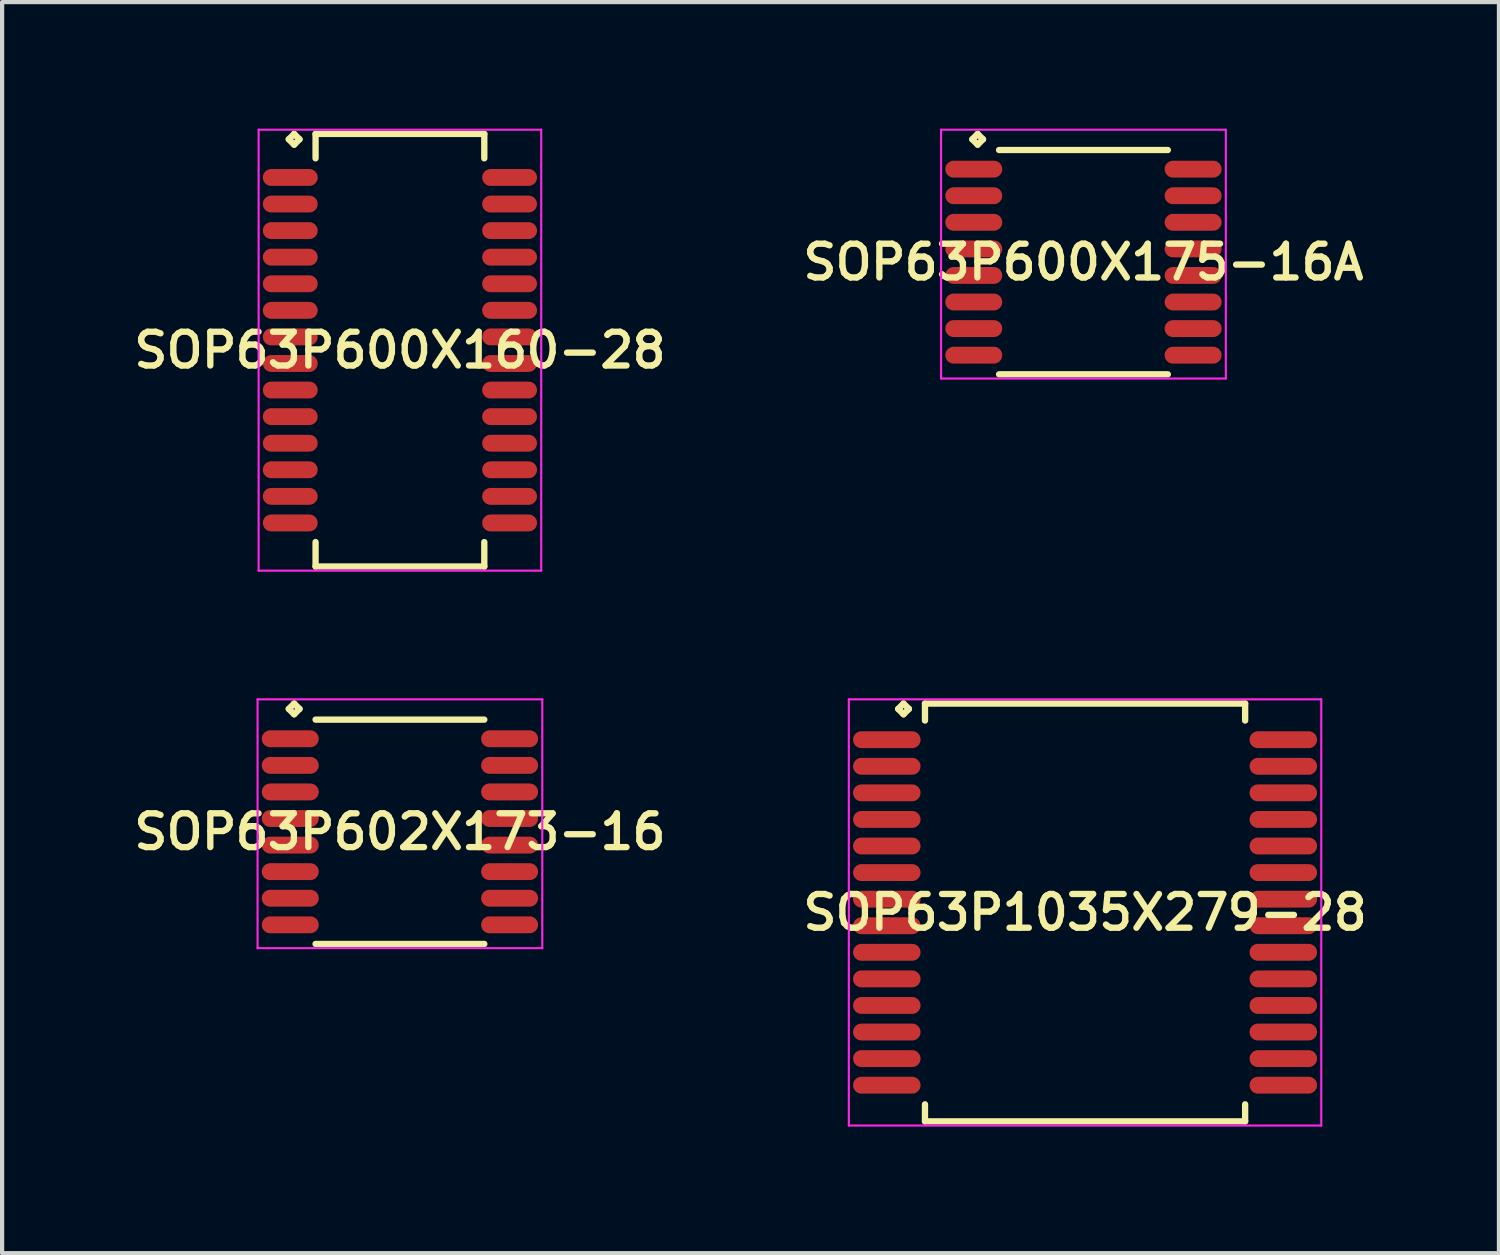
<source format=kicad_pcb>
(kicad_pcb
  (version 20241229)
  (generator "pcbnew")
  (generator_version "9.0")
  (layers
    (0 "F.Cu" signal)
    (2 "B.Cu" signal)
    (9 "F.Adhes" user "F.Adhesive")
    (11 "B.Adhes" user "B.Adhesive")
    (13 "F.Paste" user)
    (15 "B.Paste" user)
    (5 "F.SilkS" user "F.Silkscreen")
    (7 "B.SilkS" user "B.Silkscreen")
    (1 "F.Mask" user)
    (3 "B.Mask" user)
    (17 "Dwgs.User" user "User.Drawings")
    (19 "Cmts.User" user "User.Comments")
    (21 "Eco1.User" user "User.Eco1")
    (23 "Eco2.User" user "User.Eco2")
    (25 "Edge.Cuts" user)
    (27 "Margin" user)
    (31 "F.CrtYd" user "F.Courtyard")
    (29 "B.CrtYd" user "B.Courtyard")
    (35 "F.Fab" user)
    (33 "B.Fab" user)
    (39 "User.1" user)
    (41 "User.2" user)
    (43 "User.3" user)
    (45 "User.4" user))
  (footprint "SOP63P600X175-16A"
    (layer "F.Cu")
    (at 22.635 3.165)
    (property "Reference" "SOP63P600X175-16A" (at 0 0 0) (layer "F.SilkS") (effects (font (size 0.8 0.8) (thickness 0.15))))
    (attr smd)
    (fp_line (start -2.635 -2.913) (end -2.508 -3.04) (stroke (width 0.15) (type solid)) (layer "F.SilkS"))
    (fp_line (start -2.508 -3.04) (end -2.381 -2.913) (stroke (width 0.15) (type solid)) (layer "F.SilkS"))
    (fp_line (start -2.508 -2.786) (end -2.635 -2.913) (stroke (width 0.15) (type solid)) (layer "F.SilkS"))
    (fp_line (start -2.381 -2.913) (end -2.508 -2.786) (stroke (width 0.15) (type solid)) (layer "F.SilkS"))
    (fp_line (start -2 -2.659) (end 2 -2.659) (stroke (width 0.15) (type solid)) (layer "F.SilkS"))
    (fp_line (start -2 2.659) (end 2 2.659) (stroke (width 0.15) (type solid)) (layer "F.SilkS"))
    (fp_line (start -3.375 -3.14) (end 3.375 -3.14) (stroke (width 0.05) (type solid)) (layer "F.CrtYd"))
    (fp_line (start -3.375 2.759) (end -3.375 -3.14) (stroke (width 0.05) (type solid)) (layer "F.CrtYd"))
    (fp_line (start 3.375 -3.14) (end 3.375 2.759) (stroke (width 0.05) (type solid)) (layer "F.CrtYd"))
    (fp_line (start 3.375 2.759) (end -3.375 2.759) (stroke (width 0.05) (type solid)) (layer "F.CrtYd"))
    (pad "1" smd oval (at -2.6 -2.205) (size 1.35 0.4) (layers "F.Cu" "F.Mask" "F.Paste"))
    (pad "2" smd oval (at -2.6 -1.575) (size 1.35 0.4) (layers "F.Cu" "F.Mask" "F.Paste"))
    (pad "3" smd oval (at -2.6 -0.945) (size 1.35 0.4) (layers "F.Cu" "F.Mask" "F.Paste"))
    (pad "4" smd oval (at -2.6 -0.315) (size 1.35 0.4) (layers "F.Cu" "F.Mask" "F.Paste"))
    (pad "5" smd oval (at -2.6 0.315) (size 1.35 0.4) (layers "F.Cu" "F.Mask" "F.Paste"))
    (pad "6" smd oval (at -2.6 0.945) (size 1.35 0.4) (layers "F.Cu" "F.Mask" "F.Paste"))
    (pad "7" smd oval (at -2.6 1.575) (size 1.35 0.4) (layers "F.Cu" "F.Mask" "F.Paste"))
    (pad "8" smd oval (at -2.6 2.205) (size 1.35 0.4) (layers "F.Cu" "F.Mask" "F.Paste"))
    (pad "9" smd oval (at 2.6 2.205) (size 1.35 0.4) (layers "F.Cu" "F.Mask" "F.Paste"))
    (pad "10" smd oval (at 2.6 1.575) (size 1.35 0.4) (layers "F.Cu" "F.Mask" "F.Paste"))
    (pad "11" smd oval (at 2.6 0.945) (size 1.35 0.4) (layers "F.Cu" "F.Mask" "F.Paste"))
    (pad "12" smd oval (at 2.6 0.315) (size 1.35 0.4) (layers "F.Cu" "F.Mask" "F.Paste"))
    (pad "13" smd oval (at 2.6 -0.315) (size 1.35 0.4) (layers "F.Cu" "F.Mask" "F.Paste"))
    (pad "14" smd oval (at 2.6 -0.945) (size 1.35 0.4) (layers "F.Cu" "F.Mask" "F.Paste"))
    (pad "15" smd oval (at 2.6 -1.575) (size 1.35 0.4) (layers "F.Cu" "F.Mask" "F.Paste"))
    (pad "16" smd oval (at 2.6 -2.205) (size 1.35 0.4) (layers "F.Cu" "F.Mask" "F.Paste")))
  (footprint "SOP63P1035X279-28"
    (layer "F.Cu")
    (at 22.673 18.581)
    (property "Reference" "SOP63P1035X279-28" (at 0 0 0) (layer "F.SilkS") (effects (font (size 0.8 0.8) (thickness 0.15))))
    (attr smd)
    (fp_line (start -4.43 -4.825) (end -4.303 -4.952) (stroke (width 0.15) (type solid)) (layer "F.SilkS"))
    (fp_line (start -4.303 -4.952) (end -4.176 -4.825) (stroke (width 0.15) (type solid)) (layer "F.SilkS"))
    (fp_line (start -4.303 -4.698) (end -4.43 -4.825) (stroke (width 0.15) (type solid)) (layer "F.SilkS"))
    (fp_line (start -4.176 -4.825) (end -4.303 -4.698) (stroke (width 0.15) (type solid)) (layer "F.SilkS"))
    (fp_line (start -3.795 -4.952) (end 3.795 -4.952) (stroke (width 0.15) (type solid)) (layer "F.SilkS"))
    (fp_line (start -3.795 -4.549) (end -3.795 -4.952) (stroke (width 0.15) (type solid)) (layer "F.SilkS"))
    (fp_line (start -3.795 4.549) (end -3.795 4.952) (stroke (width 0.15) (type solid)) (layer "F.SilkS"))
    (fp_line (start -3.795 4.952) (end 3.795 4.952) (stroke (width 0.15) (type solid)) (layer "F.SilkS"))
    (fp_line (start 3.795 -4.952) (end 3.795 -4.549) (stroke (width 0.15) (type solid)) (layer "F.SilkS"))
    (fp_line (start 3.795 4.952) (end 3.795 4.549) (stroke (width 0.15) (type solid)) (layer "F.SilkS"))
    (fp_line (start -5.6 -5.052) (end 5.6 -5.052) (stroke (width 0.05) (type solid)) (layer "F.CrtYd"))
    (fp_line (start -5.6 5.052) (end -5.6 -5.052) (stroke (width 0.05) (type solid)) (layer "F.CrtYd"))
    (fp_line (start 5.6 -5.052) (end 5.6 5.052) (stroke (width 0.05) (type solid)) (layer "F.CrtYd"))
    (fp_line (start 5.6 5.052) (end -5.6 5.052) (stroke (width 0.05) (type solid)) (layer "F.CrtYd"))
    (pad "1" smd oval (at -4.7 -4.095) (size 1.6 0.4) (layers "F.Cu" "F.Mask" "F.Paste"))
    (pad "2" smd oval (at -4.7 -3.465) (size 1.6 0.4) (layers "F.Cu" "F.Mask" "F.Paste"))
    (pad "3" smd oval (at -4.7 -2.835) (size 1.6 0.4) (layers "F.Cu" "F.Mask" "F.Paste"))
    (pad "4" smd oval (at -4.7 -2.205) (size 1.6 0.4) (layers "F.Cu" "F.Mask" "F.Paste"))
    (pad "5" smd oval (at -4.7 -1.575) (size 1.6 0.4) (layers "F.Cu" "F.Mask" "F.Paste"))
    (pad "6" smd oval (at -4.7 -0.945) (size 1.6 0.4) (layers "F.Cu" "F.Mask" "F.Paste"))
    (pad "7" smd oval (at -4.7 -0.315) (size 1.6 0.4) (layers "F.Cu" "F.Mask" "F.Paste"))
    (pad "8" smd oval (at -4.7 0.315) (size 1.6 0.4) (layers "F.Cu" "F.Mask" "F.Paste"))
    (pad "9" smd oval (at -4.7 0.945) (size 1.6 0.4) (layers "F.Cu" "F.Mask" "F.Paste"))
    (pad "10" smd oval (at -4.7 1.575) (size 1.6 0.4) (layers "F.Cu" "F.Mask" "F.Paste"))
    (pad "11" smd oval (at -4.7 2.205) (size 1.6 0.4) (layers "F.Cu" "F.Mask" "F.Paste"))
    (pad "12" smd oval (at -4.7 2.835) (size 1.6 0.4) (layers "F.Cu" "F.Mask" "F.Paste"))
    (pad "13" smd oval (at -4.7 3.465) (size 1.6 0.4) (layers "F.Cu" "F.Mask" "F.Paste"))
    (pad "14" smd oval (at -4.7 4.095) (size 1.6 0.4) (layers "F.Cu" "F.Mask" "F.Paste"))
    (pad "15" smd oval (at 4.7 4.095) (size 1.6 0.4) (layers "F.Cu" "F.Mask" "F.Paste"))
    (pad "16" smd oval (at 4.7 3.465) (size 1.6 0.4) (layers "F.Cu" "F.Mask" "F.Paste"))
    (pad "17" smd oval (at 4.7 2.835) (size 1.6 0.4) (layers "F.Cu" "F.Mask" "F.Paste"))
    (pad "18" smd oval (at 4.7 2.205) (size 1.6 0.4) (layers "F.Cu" "F.Mask" "F.Paste"))
    (pad "19" smd oval (at 4.7 1.575) (size 1.6 0.4) (layers "F.Cu" "F.Mask" "F.Paste"))
    (pad "20" smd oval (at 4.7 0.945) (size 1.6 0.4) (layers "F.Cu" "F.Mask" "F.Paste"))
    (pad "21" smd oval (at 4.7 0.315) (size 1.6 0.4) (layers "F.Cu" "F.Mask" "F.Paste"))
    (pad "22" smd oval (at 4.7 -0.315) (size 1.6 0.4) (layers "F.Cu" "F.Mask" "F.Paste"))
    (pad "23" smd oval (at 4.7 -0.945) (size 1.6 0.4) (layers "F.Cu" "F.Mask" "F.Paste"))
    (pad "24" smd oval (at 4.7 -1.575) (size 1.6 0.4) (layers "F.Cu" "F.Mask" "F.Paste"))
    (pad "25" smd oval (at 4.7 -2.205) (size 1.6 0.4) (layers "F.Cu" "F.Mask" "F.Paste"))
    (pad "26" smd oval (at 4.7 -2.835) (size 1.6 0.4) (layers "F.Cu" "F.Mask" "F.Paste"))
    (pad "27" smd oval (at 4.7 -3.465) (size 1.6 0.4) (layers "F.Cu" "F.Mask" "F.Paste"))
    (pad "28" smd oval (at 4.7 -4.095) (size 1.6 0.4) (layers "F.Cu" "F.Mask" "F.Paste")))
  (footprint "SOP63P602X173-16"
    (layer "F.Cu")
    (at 6.431 16.669)
    (property "Reference" "SOP63P602X173-16" (at 0 0 0) (layer "F.SilkS") (effects (font (size 0.8 0.8) (thickness 0.15))))
    (attr smd)
    (fp_line (start -2.635 -2.913) (end -2.508 -3.04) (stroke (width 0.15) (type solid)) (layer "F.SilkS"))
    (fp_line (start -2.508 -3.04) (end -2.381 -2.913) (stroke (width 0.15) (type solid)) (layer "F.SilkS"))
    (fp_line (start -2.508 -2.786) (end -2.635 -2.913) (stroke (width 0.15) (type solid)) (layer "F.SilkS"))
    (fp_line (start -2.381 -2.913) (end -2.508 -2.786) (stroke (width 0.15) (type solid)) (layer "F.SilkS"))
    (fp_line (start -2 -2.659) (end 2 -2.659) (stroke (width 0.15) (type solid)) (layer "F.SilkS"))
    (fp_line (start -2 2.659) (end 2 2.659) (stroke (width 0.15) (type solid)) (layer "F.SilkS"))
    (fp_line (start -3.375 -3.14) (end 3.375 -3.14) (stroke (width 0.05) (type solid)) (layer "F.CrtYd"))
    (fp_line (start -3.375 2.759) (end -3.375 -3.14) (stroke (width 0.05) (type solid)) (layer "F.CrtYd"))
    (fp_line (start 3.375 -3.14) (end 3.375 2.759) (stroke (width 0.05) (type solid)) (layer "F.CrtYd"))
    (fp_line (start 3.375 2.759) (end -3.375 2.759) (stroke (width 0.05) (type solid)) (layer "F.CrtYd"))
    (pad "1" smd oval (at -2.6 -2.205) (size 1.35 0.4) (layers "F.Cu" "F.Mask" "F.Paste"))
    (pad "2" smd oval (at -2.6 -1.575) (size 1.35 0.4) (layers "F.Cu" "F.Mask" "F.Paste"))
    (pad "3" smd oval (at -2.6 -0.945) (size 1.35 0.4) (layers "F.Cu" "F.Mask" "F.Paste"))
    (pad "4" smd oval (at -2.6 -0.315) (size 1.35 0.4) (layers "F.Cu" "F.Mask" "F.Paste"))
    (pad "5" smd oval (at -2.6 0.315) (size 1.35 0.4) (layers "F.Cu" "F.Mask" "F.Paste"))
    (pad "6" smd oval (at -2.6 0.945) (size 1.35 0.4) (layers "F.Cu" "F.Mask" "F.Paste"))
    (pad "7" smd oval (at -2.6 1.575) (size 1.35 0.4) (layers "F.Cu" "F.Mask" "F.Paste"))
    (pad "8" smd oval (at -2.6 2.205) (size 1.35 0.4) (layers "F.Cu" "F.Mask" "F.Paste"))
    (pad "9" smd oval (at 2.6 2.205) (size 1.35 0.4) (layers "F.Cu" "F.Mask" "F.Paste"))
    (pad "10" smd oval (at 2.6 1.575) (size 1.35 0.4) (layers "F.Cu" "F.Mask" "F.Paste"))
    (pad "11" smd oval (at 2.6 0.945) (size 1.35 0.4) (layers "F.Cu" "F.Mask" "F.Paste"))
    (pad "12" smd oval (at 2.6 0.315) (size 1.35 0.4) (layers "F.Cu" "F.Mask" "F.Paste"))
    (pad "13" smd oval (at 2.6 -0.315) (size 1.35 0.4) (layers "F.Cu" "F.Mask" "F.Paste"))
    (pad "14" smd oval (at 2.6 -0.945) (size 1.35 0.4) (layers "F.Cu" "F.Mask" "F.Paste"))
    (pad "15" smd oval (at 2.6 -1.575) (size 1.35 0.4) (layers "F.Cu" "F.Mask" "F.Paste"))
    (pad "16" smd oval (at 2.6 -2.205) (size 1.35 0.4) (layers "F.Cu" "F.Mask" "F.Paste")))
  (footprint "SOP63P600X160-28"
    (layer "F.Cu")
    (at 6.431 5.252)
    (property "Reference" "SOP63P600X160-28" (at 0 0 0) (layer "F.SilkS") (effects (font (size 0.8 0.8) (thickness 0.15))))
    (attr smd)
    (fp_line (start -2.635 -5) (end -2.508 -5.127) (stroke (width 0.15) (type solid)) (layer "F.SilkS"))
    (fp_line (start -2.508 -5.127) (end -2.381 -5) (stroke (width 0.15) (type solid)) (layer "F.SilkS"))
    (fp_line (start -2.508 -4.873) (end -2.635 -5) (stroke (width 0.15) (type solid)) (layer "F.SilkS"))
    (fp_line (start -2.381 -5) (end -2.508 -4.873) (stroke (width 0.15) (type solid)) (layer "F.SilkS"))
    (fp_line (start -2 -5.127) (end 2 -5.127) (stroke (width 0.15) (type solid)) (layer "F.SilkS"))
    (fp_line (start -2 -4.549) (end -2 -5.127) (stroke (width 0.15) (type solid)) (layer "F.SilkS"))
    (fp_line (start -2 4.549) (end -2 5.127) (stroke (width 0.15) (type solid)) (layer "F.SilkS"))
    (fp_line (start -2 5.127) (end 2 5.127) (stroke (width 0.15) (type solid)) (layer "F.SilkS"))
    (fp_line (start 2 -5.127) (end 2 -4.549) (stroke (width 0.15) (type solid)) (layer "F.SilkS"))
    (fp_line (start 2 5.127) (end 2 4.549) (stroke (width 0.15) (type solid)) (layer "F.SilkS"))
    (fp_line (start -3.35 -5.227) (end 3.35 -5.227) (stroke (width 0.05) (type solid)) (layer "F.CrtYd"))
    (fp_line (start -3.35 5.227) (end -3.35 -5.227) (stroke (width 0.05) (type solid)) (layer "F.CrtYd"))
    (fp_line (start 3.35 -5.227) (end 3.35 5.227) (stroke (width 0.05) (type solid)) (layer "F.CrtYd"))
    (fp_line (start 3.35 5.227) (end -3.35 5.227) (stroke (width 0.05) (type solid)) (layer "F.CrtYd"))
    (pad "1" smd oval (at -2.6 -4.095) (size 1.3 0.4) (layers "F.Cu" "F.Mask" "F.Paste"))
    (pad "2" smd oval (at -2.6 -3.465) (size 1.3 0.4) (layers "F.Cu" "F.Mask" "F.Paste"))
    (pad "3" smd oval (at -2.6 -2.835) (size 1.3 0.4) (layers "F.Cu" "F.Mask" "F.Paste"))
    (pad "4" smd oval (at -2.6 -2.205) (size 1.3 0.4) (layers "F.Cu" "F.Mask" "F.Paste"))
    (pad "5" smd oval (at -2.6 -1.575) (size 1.3 0.4) (layers "F.Cu" "F.Mask" "F.Paste"))
    (pad "6" smd oval (at -2.6 -0.945) (size 1.3 0.4) (layers "F.Cu" "F.Mask" "F.Paste"))
    (pad "7" smd oval (at -2.6 -0.315) (size 1.3 0.4) (layers "F.Cu" "F.Mask" "F.Paste"))
    (pad "8" smd oval (at -2.6 0.315) (size 1.3 0.4) (layers "F.Cu" "F.Mask" "F.Paste"))
    (pad "9" smd oval (at -2.6 0.945) (size 1.3 0.4) (layers "F.Cu" "F.Mask" "F.Paste"))
    (pad "10" smd oval (at -2.6 1.575) (size 1.3 0.4) (layers "F.Cu" "F.Mask" "F.Paste"))
    (pad "11" smd oval (at -2.6 2.205) (size 1.3 0.4) (layers "F.Cu" "F.Mask" "F.Paste"))
    (pad "12" smd oval (at -2.6 2.835) (size 1.3 0.4) (layers "F.Cu" "F.Mask" "F.Paste"))
    (pad "13" smd oval (at -2.6 3.465) (size 1.3 0.4) (layers "F.Cu" "F.Mask" "F.Paste"))
    (pad "14" smd oval (at -2.6 4.095) (size 1.3 0.4) (layers "F.Cu" "F.Mask" "F.Paste"))
    (pad "15" smd oval (at 2.6 4.095) (size 1.3 0.4) (layers "F.Cu" "F.Mask" "F.Paste"))
    (pad "16" smd oval (at 2.6 3.465) (size 1.3 0.4) (layers "F.Cu" "F.Mask" "F.Paste"))
    (pad "17" smd oval (at 2.6 2.835) (size 1.3 0.4) (layers "F.Cu" "F.Mask" "F.Paste"))
    (pad "18" smd oval (at 2.6 2.205) (size 1.3 0.4) (layers "F.Cu" "F.Mask" "F.Paste"))
    (pad "19" smd oval (at 2.6 1.575) (size 1.3 0.4) (layers "F.Cu" "F.Mask" "F.Paste"))
    (pad "20" smd oval (at 2.6 0.945) (size 1.3 0.4) (layers "F.Cu" "F.Mask" "F.Paste"))
    (pad "21" smd oval (at 2.6 0.315) (size 1.3 0.4) (layers "F.Cu" "F.Mask" "F.Paste"))
    (pad "22" smd oval (at 2.6 -0.315) (size 1.3 0.4) (layers "F.Cu" "F.Mask" "F.Paste"))
    (pad "23" smd oval (at 2.6 -0.945) (size 1.3 0.4) (layers "F.Cu" "F.Mask" "F.Paste"))
    (pad "24" smd oval (at 2.6 -1.575) (size 1.3 0.4) (layers "F.Cu" "F.Mask" "F.Paste"))
    (pad "25" smd oval (at 2.6 -2.205) (size 1.3 0.4) (layers "F.Cu" "F.Mask" "F.Paste"))
    (pad "26" smd oval (at 2.6 -2.835) (size 1.3 0.4) (layers "F.Cu" "F.Mask" "F.Paste"))
    (pad "27" smd oval (at 2.6 -3.465) (size 1.3 0.4) (layers "F.Cu" "F.Mask" "F.Paste"))
    (pad "28" smd oval (at 2.6 -4.095) (size 1.3 0.4) (layers "F.Cu" "F.Mask" "F.Paste")))
  (gr_rect
    (start -3 -3)
    (end 32.485 26.658)
    (stroke (width 0.1) (type default))
    (fill no)
    (layer "Edge.Cuts")))
</source>
